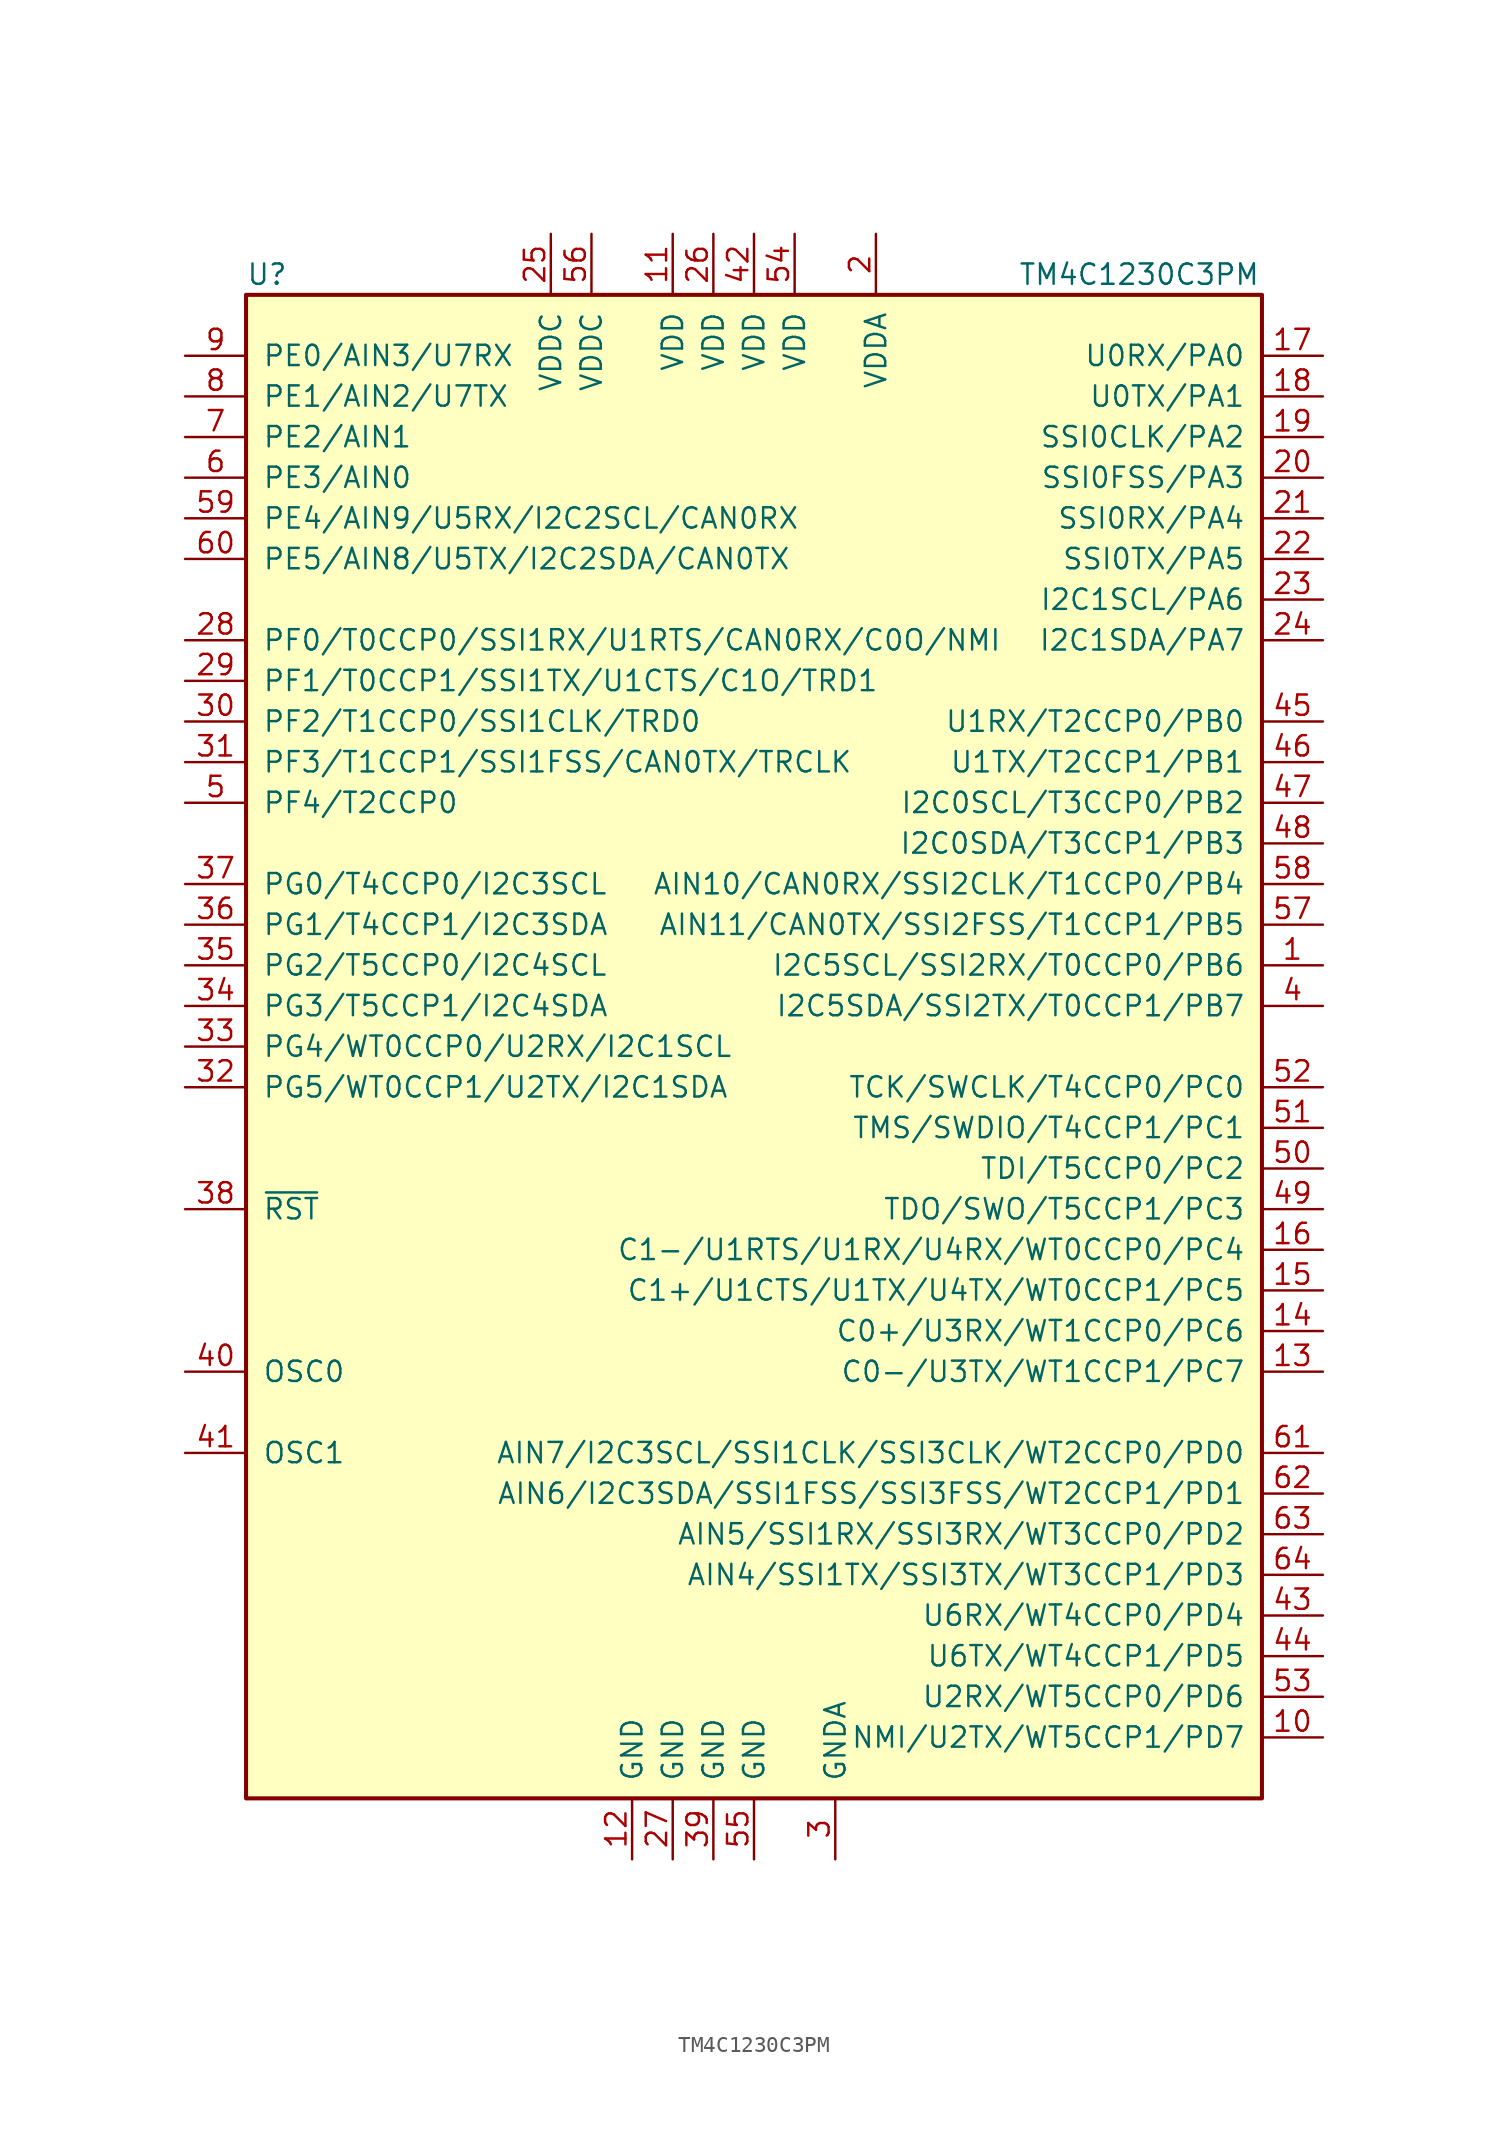
<source format=kicad_sym>
(kicad_symbol_lib
  (version 20211014)
  (generator kicad_symbol_editor)
  (symbol "TM4C1230C3PM"
    (pin_names
      (offset 1.016))
    (property "Reference" "U"
      (at -31.75 48.26 0)
      (effects (font (size 1.27 1.27)) (justify left)))
    (property "Value" "TM4C1230C3PM"
      (at 16.51 48.26 0)
      (effects (font (size 1.27 1.27)) (justify left)))
    (symbol "TM4C1230C3PM_0_1"
      (rectangle (start -31.75 46.99) (end 31.75 -46.99) (stroke (width 0.254) (type default) (color 0 0 0 0)) (fill (type background))))
    (symbol "TM4C1230C3PM_1_1"
      (pin bidirectional line (at 35.56 5.08 180) (length 3.81) (name "I2C5SCL/SSI2RX/T0CCP0/PB6" (effects (font (size 1.27 1.27)))) (number "1" (effects (font (size 1.27 1.27)))))
      (pin bidirectional line (at 35.56 -43.18 180) (length 3.81) (name "NMI/U2TX/WT5CCP1/PD7" (effects (font (size 1.27 1.27)))) (number "10" (effects (font (size 1.27 1.27)))))
      (pin power_in line (at -5.08 50.8 270) (length 3.81) (name "VDD" (effects (font (size 1.27 1.27)))) (number "11" (effects (font (size 1.27 1.27)))))
      (pin power_in line (at -7.62 -50.8 90) (length 3.81) (name "GND" (effects (font (size 1.27 1.27)))) (number "12" (effects (font (size 1.27 1.27)))))
      (pin bidirectional line (at 35.56 -20.32 180) (length 3.81) (name "C0-/U3TX/WT1CCP1/PC7" (effects (font (size 1.27 1.27)))) (number "13" (effects (font (size 1.27 1.27)))))
      (pin bidirectional line (at 35.56 -17.78 180) (length 3.81) (name "C0+/U3RX/WT1CCP0/PC6" (effects (font (size 1.27 1.27)))) (number "14" (effects (font (size 1.27 1.27)))))
      (pin bidirectional line (at 35.56 -15.24 180) (length 3.81) (name "C1+/U1CTS/U1TX/U4TX/WT0CCP1/PC5" (effects (font (size 1.27 1.27)))) (number "15" (effects (font (size 1.27 1.27)))))
      (pin bidirectional line (at 35.56 -12.7 180) (length 3.81) (name "C1-/U1RTS/U1RX/U4RX/WT0CCP0/PC4" (effects (font (size 1.27 1.27)))) (number "16" (effects (font (size 1.27 1.27)))))
      (pin bidirectional line (at 35.56 43.18 180) (length 3.81) (name "U0RX/PA0" (effects (font (size 1.27 1.27)))) (number "17" (effects (font (size 1.27 1.27)))))
      (pin bidirectional line (at 35.56 40.64 180) (length 3.81) (name "U0TX/PA1" (effects (font (size 1.27 1.27)))) (number "18" (effects (font (size 1.27 1.27)))))
      (pin bidirectional line (at 35.56 38.1 180) (length 3.81) (name "SSI0CLK/PA2" (effects (font (size 1.27 1.27)))) (number "19" (effects (font (size 1.27 1.27)))))
      (pin power_in line (at 7.62 50.8 270) (length 3.81) (name "VDDA" (effects (font (size 1.27 1.27)))) (number "2" (effects (font (size 1.27 1.27)))))
      (pin bidirectional line (at 35.56 35.56 180) (length 3.81) (name "SSI0FSS/PA3" (effects (font (size 1.27 1.27)))) (number "20" (effects (font (size 1.27 1.27)))))
      (pin bidirectional line (at 35.56 33.02 180) (length 3.81) (name "SSI0RX/PA4" (effects (font (size 1.27 1.27)))) (number "21" (effects (font (size 1.27 1.27)))))
      (pin bidirectional line (at 35.56 30.48 180) (length 3.81) (name "SSI0TX/PA5" (effects (font (size 1.27 1.27)))) (number "22" (effects (font (size 1.27 1.27)))))
      (pin bidirectional line (at 35.56 27.94 180) (length 3.81) (name "I2C1SCL/PA6" (effects (font (size 1.27 1.27)))) (number "23" (effects (font (size 1.27 1.27)))))
      (pin bidirectional line (at 35.56 25.4 180) (length 3.81) (name "I2C1SDA/PA7" (effects (font (size 1.27 1.27)))) (number "24" (effects (font (size 1.27 1.27)))))
      (pin power_in line (at -12.7 50.8 270) (length 3.81) (name "VDDC" (effects (font (size 1.27 1.27)))) (number "25" (effects (font (size 1.27 1.27)))))
      (pin power_in line (at -2.54 50.8 270) (length 3.81) (name "VDD" (effects (font (size 1.27 1.27)))) (number "26" (effects (font (size 1.27 1.27)))))
      (pin power_in line (at -5.08 -50.8 90) (length 3.81) (name "GND" (effects (font (size 1.27 1.27)))) (number "27" (effects (font (size 1.27 1.27)))))
      (pin bidirectional line (at -35.56 25.4 0) (length 3.81) (name "PF0/T0CCP0/SSI1RX/U1RTS/CAN0RX/C0O/NMI" (effects (font (size 1.27 1.27)))) (number "28" (effects (font (size 1.27 1.27)))))
      (pin bidirectional line (at -35.56 22.86 0) (length 3.81) (name "PF1/T0CCP1/SSI1TX/U1CTS/C1O/TRD1" (effects (font (size 1.27 1.27)))) (number "29" (effects (font (size 1.27 1.27)))))
      (pin power_in line (at 5.08 -50.8 90) (length 3.81) (name "GNDA" (effects (font (size 1.27 1.27)))) (number "3" (effects (font (size 1.27 1.27)))))
      (pin bidirectional line (at -35.56 20.32 0) (length 3.81) (name "PF2/T1CCP0/SSI1CLK/TRD0" (effects (font (size 1.27 1.27)))) (number "30" (effects (font (size 1.27 1.27)))))
      (pin bidirectional line (at -35.56 17.78 0) (length 3.81) (name "PF3/T1CCP1/SSI1FSS/CAN0TX/TRCLK" (effects (font (size 1.27 1.27)))) (number "31" (effects (font (size 1.27 1.27)))))
      (pin bidirectional line (at -35.56 -2.54 0) (length 3.81) (name "PG5/WT0CCP1/U2TX/I2C1SDA" (effects (font (size 1.27 1.27)))) (number "32" (effects (font (size 1.27 1.27)))))
      (pin bidirectional line (at -35.56 0 0) (length 3.81) (name "PG4/WT0CCP0/U2RX/I2C1SCL" (effects (font (size 1.27 1.27)))) (number "33" (effects (font (size 1.27 1.27)))))
      (pin bidirectional line (at -35.56 2.54 0) (length 3.81) (name "PG3/T5CCP1/I2C4SDA" (effects (font (size 1.27 1.27)))) (number "34" (effects (font (size 1.27 1.27)))))
      (pin bidirectional line (at -35.56 5.08 0) (length 3.81) (name "PG2/T5CCP0/I2C4SCL" (effects (font (size 1.27 1.27)))) (number "35" (effects (font (size 1.27 1.27)))))
      (pin bidirectional line (at -35.56 7.62 0) (length 3.81) (name "PG1/T4CCP1/I2C3SDA" (effects (font (size 1.27 1.27)))) (number "36" (effects (font (size 1.27 1.27)))))
      (pin bidirectional line (at -35.56 10.16 0) (length 3.81) (name "PG0/T4CCP0/I2C3SCL" (effects (font (size 1.27 1.27)))) (number "37" (effects (font (size 1.27 1.27)))))
      (pin input line (at -35.56 -10.16 0) (length 3.81) (name "~{RST}" (effects (font (size 1.27 1.27)))) (number "38" (effects (font (size 1.27 1.27)))))
      (pin bidirectional line (at -2.54 -50.8 90) (length 3.81) (name "GND" (effects (font (size 1.27 1.27)))) (number "39" (effects (font (size 1.27 1.27)))))
      (pin bidirectional line (at 35.56 2.54 180) (length 3.81) (name "I2C5SDA/SSI2TX/T0CCP1/PB7" (effects (font (size 1.27 1.27)))) (number "4" (effects (font (size 1.27 1.27)))))
      (pin passive line (at -35.56 -20.32 0) (length 3.81) (name "OSC0" (effects (font (size 1.27 1.27)))) (number "40" (effects (font (size 1.27 1.27)))))
      (pin passive line (at -35.56 -25.4 0) (length 3.81) (name "OSC1" (effects (font (size 1.27 1.27)))) (number "41" (effects (font (size 1.27 1.27)))))
      (pin power_in line (at 0 50.8 270) (length 3.81) (name "VDD" (effects (font (size 1.27 1.27)))) (number "42" (effects (font (size 1.27 1.27)))))
      (pin bidirectional line (at 35.56 -35.56 180) (length 3.81) (name "U6RX/WT4CCP0/PD4" (effects (font (size 1.27 1.27)))) (number "43" (effects (font (size 1.27 1.27)))))
      (pin bidirectional line (at 35.56 -38.1 180) (length 3.81) (name "U6TX/WT4CCP1/PD5" (effects (font (size 1.27 1.27)))) (number "44" (effects (font (size 1.27 1.27)))))
      (pin bidirectional line (at 35.56 20.32 180) (length 3.81) (name "U1RX/T2CCP0/PB0" (effects (font (size 1.27 1.27)))) (number "45" (effects (font (size 1.27 1.27)))))
      (pin bidirectional line (at 35.56 17.78 180) (length 3.81) (name "U1TX/T2CCP1/PB1" (effects (font (size 1.27 1.27)))) (number "46" (effects (font (size 1.27 1.27)))))
      (pin bidirectional line (at 35.56 15.24 180) (length 3.81) (name "I2C0SCL/T3CCP0/PB2" (effects (font (size 1.27 1.27)))) (number "47" (effects (font (size 1.27 1.27)))))
      (pin bidirectional line (at 35.56 12.7 180) (length 3.81) (name "I2C0SDA/T3CCP1/PB3" (effects (font (size 1.27 1.27)))) (number "48" (effects (font (size 1.27 1.27)))))
      (pin bidirectional line (at 35.56 -10.16 180) (length 3.81) (name "TDO/SWO/T5CCP1/PC3" (effects (font (size 1.27 1.27)))) (number "49" (effects (font (size 1.27 1.27)))))
      (pin bidirectional line (at -35.56 15.24 0) (length 3.81) (name "PF4/T2CCP0" (effects (font (size 1.27 1.27)))) (number "5" (effects (font (size 1.27 1.27)))))
      (pin bidirectional line (at 35.56 -7.62 180) (length 3.81) (name "TDI/T5CCP0/PC2" (effects (font (size 1.27 1.27)))) (number "50" (effects (font (size 1.27 1.27)))))
      (pin bidirectional line (at 35.56 -5.08 180) (length 3.81) (name "TMS/SWDIO/T4CCP1/PC1" (effects (font (size 1.27 1.27)))) (number "51" (effects (font (size 1.27 1.27)))))
      (pin bidirectional line (at 35.56 -2.54 180) (length 3.81) (name "TCK/SWCLK/T4CCP0/PC0" (effects (font (size 1.27 1.27)))) (number "52" (effects (font (size 1.27 1.27)))))
      (pin bidirectional line (at 35.56 -40.64 180) (length 3.81) (name "U2RX/WT5CCP0/PD6" (effects (font (size 1.27 1.27)))) (number "53" (effects (font (size 1.27 1.27)))))
      (pin power_in line (at 2.54 50.8 270) (length 3.81) (name "VDD" (effects (font (size 1.27 1.27)))) (number "54" (effects (font (size 1.27 1.27)))))
      (pin power_in line (at 0 -50.8 90) (length 3.81) (name "GND" (effects (font (size 1.27 1.27)))) (number "55" (effects (font (size 1.27 1.27)))))
      (pin power_in line (at -10.16 50.8 270) (length 3.81) (name "VDDC" (effects (font (size 1.27 1.27)))) (number "56" (effects (font (size 1.27 1.27)))))
      (pin bidirectional line (at 35.56 7.62 180) (length 3.81) (name "AIN11/CAN0TX/SSI2FSS/T1CCP1/PB5" (effects (font (size 1.27 1.27)))) (number "57" (effects (font (size 1.27 1.27)))))
      (pin bidirectional line (at 35.56 10.16 180) (length 3.81) (name "AIN10/CAN0RX/SSI2CLK/T1CCP0/PB4" (effects (font (size 1.27 1.27)))) (number "58" (effects (font (size 1.27 1.27)))))
      (pin bidirectional line (at -35.56 33.02 0) (length 3.81) (name "PE4/AIN9/U5RX/I2C2SCL/CAN0RX" (effects (font (size 1.27 1.27)))) (number "59" (effects (font (size 1.27 1.27)))))
      (pin bidirectional line (at -35.56 35.56 0) (length 3.81) (name "PE3/AIN0" (effects (font (size 1.27 1.27)))) (number "6" (effects (font (size 1.27 1.27)))))
      (pin bidirectional line (at -35.56 30.48 0) (length 3.81) (name "PE5/AIN8/U5TX/I2C2SDA/CAN0TX" (effects (font (size 1.27 1.27)))) (number "60" (effects (font (size 1.27 1.27)))))
      (pin bidirectional line (at 35.56 -25.4 180) (length 3.81) (name "AIN7/I2C3SCL/SSI1CLK/SSI3CLK/WT2CCP0/PD0" (effects (font (size 1.27 1.27)))) (number "61" (effects (font (size 1.27 1.27)))))
      (pin bidirectional line (at 35.56 -27.94 180) (length 3.81) (name "AIN6/I2C3SDA/SSI1FSS/SSI3FSS/WT2CCP1/PD1" (effects (font (size 1.27 1.27)))) (number "62" (effects (font (size 1.27 1.27)))))
      (pin bidirectional line (at 35.56 -30.48 180) (length 3.81) (name "AIN5/SSI1RX/SSI3RX/WT3CCP0/PD2" (effects (font (size 1.27 1.27)))) (number "63" (effects (font (size 1.27 1.27)))))
      (pin bidirectional line (at 35.56 -33.02 180) (length 3.81) (name "AIN4/SSI1TX/SSI3TX/WT3CCP1/PD3" (effects (font (size 1.27 1.27)))) (number "64" (effects (font (size 1.27 1.27)))))
      (pin bidirectional line (at -35.56 38.1 0) (length 3.81) (name "PE2/AIN1" (effects (font (size 1.27 1.27)))) (number "7" (effects (font (size 1.27 1.27)))))
      (pin bidirectional line (at -35.56 40.64 0) (length 3.81) (name "PE1/AIN2/U7TX" (effects (font (size 1.27 1.27)))) (number "8" (effects (font (size 1.27 1.27)))))
      (pin bidirectional line (at -35.56 43.18 0) (length 3.81) (name "PE0/AIN3/U7RX" (effects (font (size 1.27 1.27)))) (number "9" (effects (font (size 1.27 1.27))))))))
</source>
